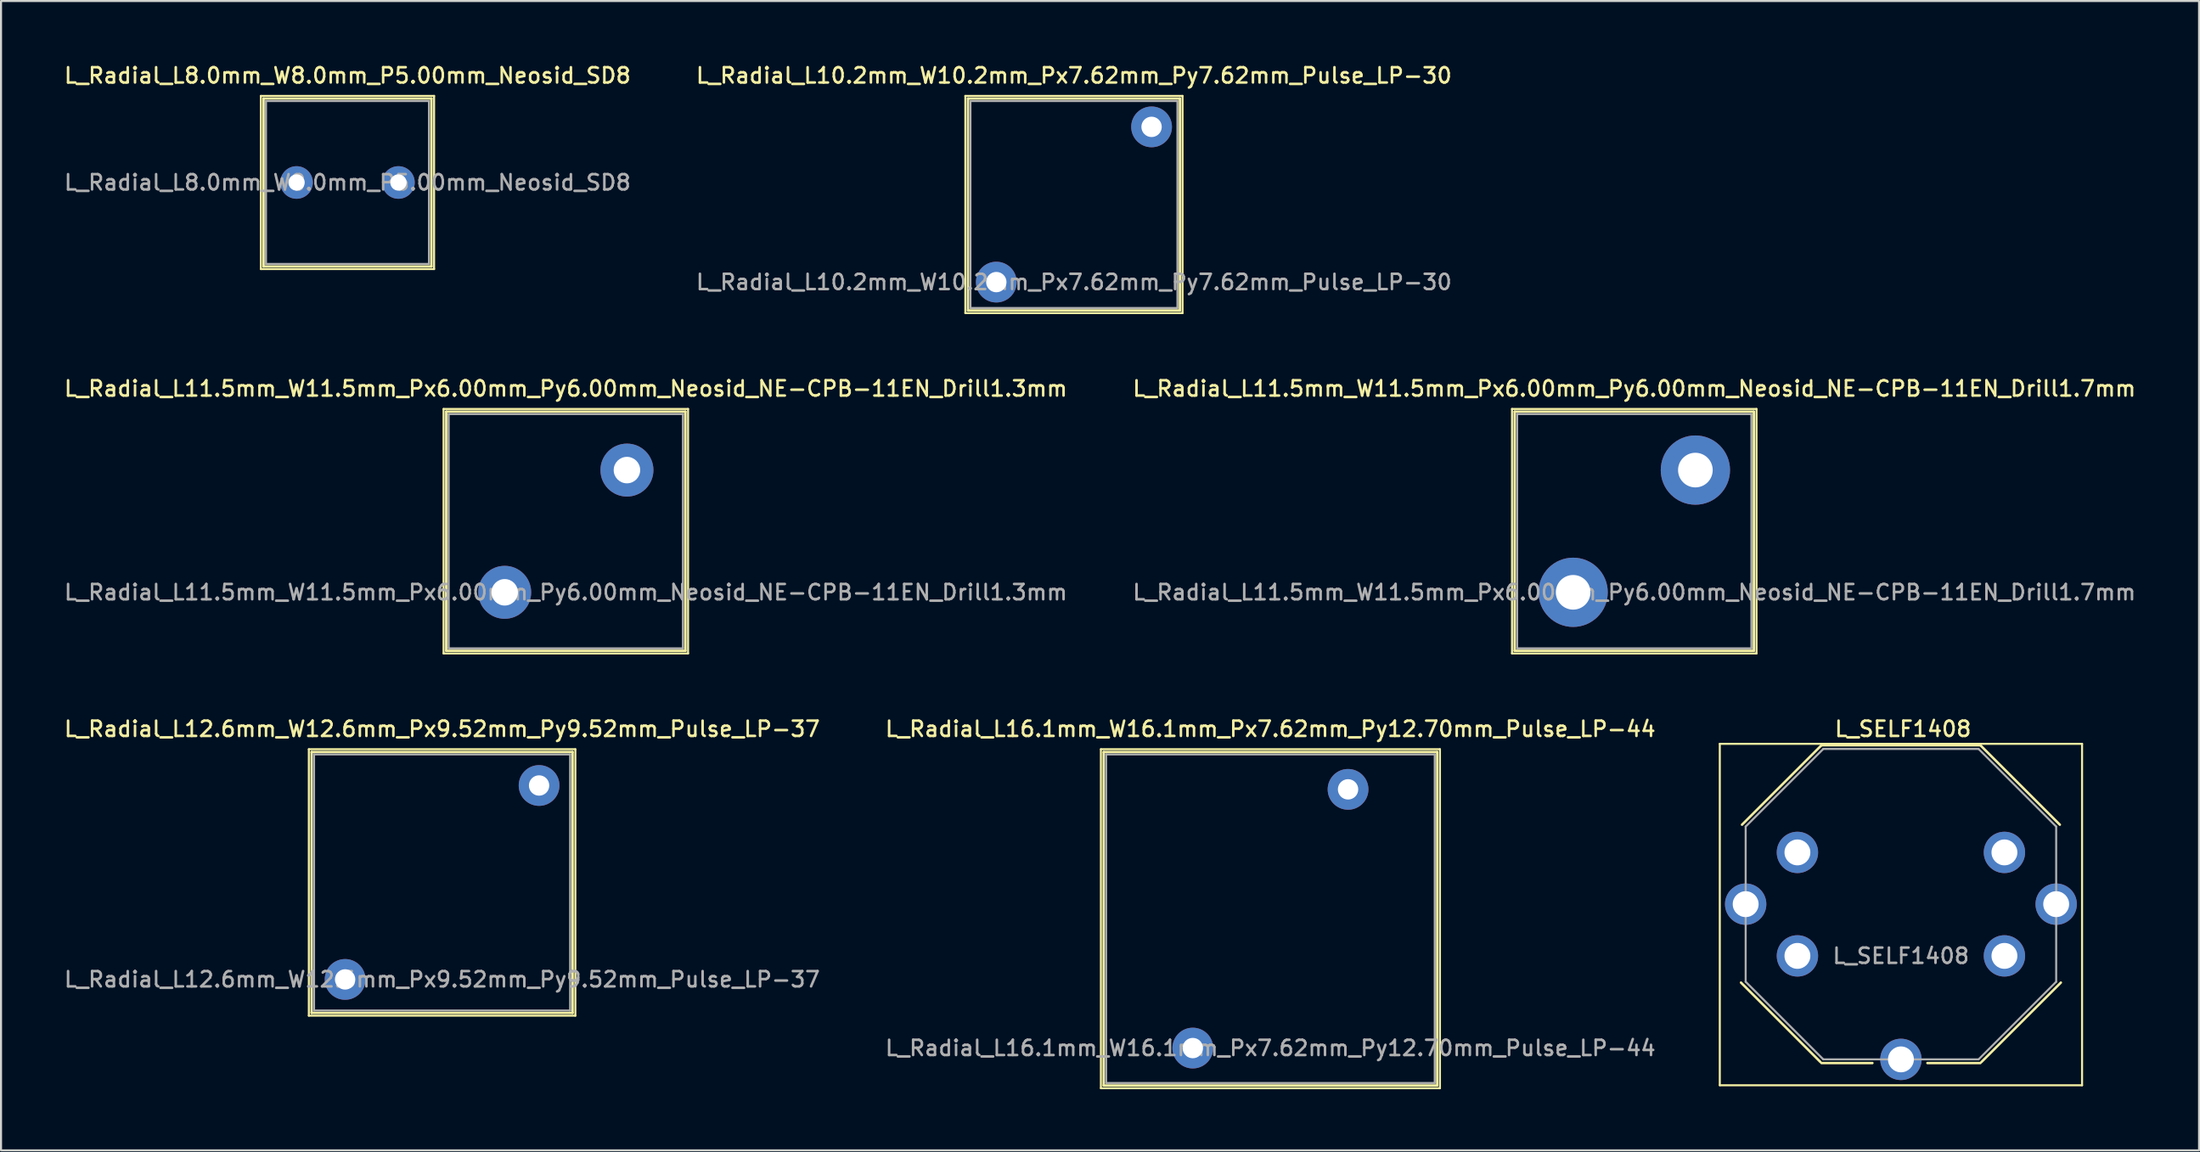
<source format=kicad_pcb>
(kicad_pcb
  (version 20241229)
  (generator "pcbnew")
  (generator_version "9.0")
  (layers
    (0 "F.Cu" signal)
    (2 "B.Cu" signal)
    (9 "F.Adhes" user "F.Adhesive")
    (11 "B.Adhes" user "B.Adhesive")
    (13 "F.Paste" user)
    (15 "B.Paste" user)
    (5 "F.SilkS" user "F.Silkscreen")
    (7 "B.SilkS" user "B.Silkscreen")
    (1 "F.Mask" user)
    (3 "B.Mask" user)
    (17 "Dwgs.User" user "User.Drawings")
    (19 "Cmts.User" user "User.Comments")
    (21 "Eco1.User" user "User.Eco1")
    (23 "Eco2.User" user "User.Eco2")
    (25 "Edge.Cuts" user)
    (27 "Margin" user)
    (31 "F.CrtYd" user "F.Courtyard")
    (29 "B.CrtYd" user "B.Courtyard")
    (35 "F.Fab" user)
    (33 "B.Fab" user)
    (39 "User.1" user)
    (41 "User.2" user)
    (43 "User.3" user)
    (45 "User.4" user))
  (footprint "L_SELF1408"
    (layer "F.Cu")
    (at 82.627 41.334)
    (property "Reference" "L_SELF1408" (at 7.72 -8.6 0) (layer "F.SilkS") (effects (font (size 0.75 0.75) (thickness 0.125))))
    (attr through_hole)
    (fp_line (start -1.27 -7.87) (end -1.27 8.89) (stroke (width 0.1) (type solid)) (layer "F.SilkS"))
    (fp_line (start -1.27 -7.87) (end 16.51 -7.87) (stroke (width 0.1) (type solid)) (layer "F.SilkS"))
    (fp_line (start -0.18 -3.9) (end 3.72 -7.8) (stroke (width 0.12) (type solid)) (layer "F.SilkS"))
    (fp_line (start 3.67 7.75) (end -0.23 3.85) (stroke (width 0.12) (type solid)) (layer "F.SilkS"))
    (fp_line (start 3.72 -7.8) (end 11.52 -7.8) (stroke (width 0.12) (type solid)) (layer "F.SilkS"))
    (fp_line (start 6.22 7.8) (end 3.72 7.8) (stroke (width 0.12) (type solid)) (layer "F.SilkS"))
    (fp_line (start 11.52 -7.8) (end 15.42 -3.9) (stroke (width 0.12) (type solid)) (layer "F.SilkS"))
    (fp_line (start 11.52 7.8) (end 8.92 7.8) (stroke (width 0.12) (type solid)) (layer "F.SilkS"))
    (fp_line (start 15.47 3.85) (end 11.57 7.75) (stroke (width 0.12) (type solid)) (layer "F.SilkS"))
    (fp_line (start 16.51 8.89) (end -1.27 8.89) (stroke (width 0.1) (type solid)) (layer "F.SilkS"))
    (fp_line (start 16.51 8.89) (end 16.51 -7.87) (stroke (width 0.1) (type solid)) (layer "F.SilkS"))
    (fp_line (start 0 -3.81) (end 0 3.81) (stroke (width 0.1) (type solid)) (layer "F.Fab"))
    (fp_line (start 0 3.81) (end 3.81 7.62) (stroke (width 0.1) (type solid)) (layer "F.Fab"))
    (fp_line (start 3.81 -7.62) (end 0 -3.81) (stroke (width 0.1) (type solid)) (layer "F.Fab"))
    (fp_line (start 3.81 7.62) (end 11.43 7.62) (stroke (width 0.1) (type solid)) (layer "F.Fab"))
    (fp_line (start 11.43 -7.62) (end 3.81 -7.62) (stroke (width 0.1) (type solid)) (layer "F.Fab"))
    (fp_line (start 11.43 7.62) (end 15.24 3.81) (stroke (width 0.1) (type solid)) (layer "F.Fab"))
    (fp_line (start 15.24 -3.81) (end 11.43 -7.62) (stroke (width 0.1) (type solid)) (layer "F.Fab"))
    (fp_line (start 15.24 3.81) (end 15.24 -3.81) (stroke (width 0.1) (type solid)) (layer "F.Fab"))
    (fp_text user "${REFERENCE}" (at 7.62 2.54 0) (layer "F.Fab") (effects (font (size 0.75 0.75) (thickness 0.125))))
    (pad "0" thru_hole circle (at 7.62 7.62) (size 2.03 2.03) (drill 1.27) (layers "*.Cu" "*.Mask"))
    (pad "1" thru_hole circle (at 0 0) (size 2.03 2.03) (drill 1.27) (layers "*.Cu" "*.Mask"))
    (pad "1" thru_hole circle (at 2.54 -2.54) (size 2.03 2.03) (drill 1.27) (layers "*.Cu" "*.Mask"))
    (pad "1" thru_hole circle (at 2.54 2.54) (size 2.03 2.03) (drill 1.27) (layers "*.Cu" "*.Mask"))
    (pad "2" thru_hole circle (at 12.7 -2.54) (size 2.03 2.03) (drill 1.27) (layers "*.Cu" "*.Mask"))
    (pad "2" thru_hole circle (at 12.7 2.54) (size 2.03 2.03) (drill 1.27) (layers "*.Cu" "*.Mask"))
    (pad "2" thru_hole circle (at 15.24 0) (size 2.03 2.03) (drill 1.27) (layers "*.Cu" "*.Mask")))
  (footprint "L_Radial_L11.5mm_W11.5mm_Px6.00mm_Py6.00mm_Neosid_NE-CPB-11EN_Drill1.7mm"
    (layer "F.Cu")
    (at 74.159 26.026)
    (property "Reference" "L_Radial_L11.5mm_W11.5mm_Px6.00mm_Py6.00mm_Neosid_NE-CPB-11EN_Drill1.7mm" (at 3 -10 0) (layer "F.SilkS") (effects (font (size 0.75 0.75) (thickness 0.125))))
    (attr through_hole)
    (fp_line (start -3 -9) (end -3 3) (stroke (width 0.1) (type solid)) (layer "F.SilkS"))
    (fp_line (start -3 3) (end 9 3) (stroke (width 0.1) (type solid)) (layer "F.SilkS"))
    (fp_line (start -2.87 -8.87) (end -2.87 2.87) (stroke (width 0.12) (type solid)) (layer "F.SilkS"))
    (fp_line (start -2.87 -8.87) (end 8.87 -8.87) (stroke (width 0.12) (type solid)) (layer "F.SilkS"))
    (fp_line (start -2.87 2.87) (end 8.87 2.87) (stroke (width 0.12) (type solid)) (layer "F.SilkS"))
    (fp_line (start 8.87 -8.87) (end 8.87 2.87) (stroke (width 0.12) (type solid)) (layer "F.SilkS"))
    (fp_line (start 9 -9) (end -3 -9) (stroke (width 0.1) (type solid)) (layer "F.SilkS"))
    (fp_line (start 9 3) (end 9 -9) (stroke (width 0.1) (type solid)) (layer "F.SilkS"))
    (fp_line (start -2.75 -8.75) (end -2.75 2.75) (stroke (width 0.1) (type solid)) (layer "F.Fab"))
    (fp_line (start -2.75 2.75) (end 8.75 2.75) (stroke (width 0.1) (type solid)) (layer "F.Fab"))
    (fp_line (start 8.75 -8.75) (end -2.75 -8.75) (stroke (width 0.1) (type solid)) (layer "F.Fab"))
    (fp_line (start 8.75 2.75) (end 8.75 -8.75) (stroke (width 0.1) (type solid)) (layer "F.Fab"))
    (fp_text user "${REFERENCE}" (at 3 0 0) (layer "F.Fab") (effects (font (size 0.75 0.75) (thickness 0.125))))
    (pad "1" thru_hole circle (at 0 0) (size 3.4 3.4) (drill 1.7) (layers "*.Cu" "*.Mask"))
    (pad "2" thru_hole circle (at 6 -6) (size 3.4 3.4) (drill 1.7) (layers "*.Cu" "*.Mask")))
  (footprint "L_Radial_L16.1mm_W16.1mm_Px7.62mm_Py12.70mm_Pulse_LP-44"
    (layer "F.Cu")
    (at 55.492 48.399)
    (property "Reference" "L_Radial_L16.1mm_W16.1mm_Px7.62mm_Py12.70mm_Pulse_LP-44" (at 3.81 -15.665 0) (layer "F.SilkS") (effects (font (size 0.75 0.75) (thickness 0.125))))
    (attr through_hole)
    (fp_line (start -4.51 -14.67) (end -4.51 1.97) (stroke (width 0.1) (type solid)) (layer "F.SilkS"))
    (fp_line (start -4.51 1.97) (end 12.13 1.97) (stroke (width 0.1) (type solid)) (layer "F.SilkS"))
    (fp_line (start -4.375 -14.535) (end -4.375 1.835) (stroke (width 0.12) (type solid)) (layer "F.SilkS"))
    (fp_line (start -4.375 -14.535) (end 11.995 -14.535) (stroke (width 0.12) (type solid)) (layer "F.SilkS"))
    (fp_line (start -4.375 1.835) (end 11.995 1.835) (stroke (width 0.12) (type solid)) (layer "F.SilkS"))
    (fp_line (start 11.995 -14.535) (end 11.995 1.835) (stroke (width 0.12) (type solid)) (layer "F.SilkS"))
    (fp_line (start 12.13 -14.67) (end -4.51 -14.67) (stroke (width 0.1) (type solid)) (layer "F.SilkS"))
    (fp_line (start 12.13 1.97) (end 12.13 -14.67) (stroke (width 0.1) (type solid)) (layer "F.SilkS"))
    (fp_line (start -4.255 -14.415) (end -4.255 1.715) (stroke (width 0.1) (type solid)) (layer "F.Fab"))
    (fp_line (start -4.255 1.715) (end 11.875 1.715) (stroke (width 0.1) (type solid)) (layer "F.Fab"))
    (fp_line (start 11.875 -14.415) (end -4.255 -14.415) (stroke (width 0.1) (type solid)) (layer "F.Fab"))
    (fp_line (start 11.875 1.715) (end 11.875 -14.415) (stroke (width 0.1) (type solid)) (layer "F.Fab"))
    (fp_text user "${REFERENCE}" (at 3.81 0 0) (layer "F.Fab") (effects (font (size 0.75 0.75) (thickness 0.125))))
    (pad "1" thru_hole circle (at 0 0) (size 2 2) (drill 1) (layers "*.Cu" "*.Mask"))
    (pad "2" thru_hole circle (at 7.62 -12.7) (size 2 2) (drill 1) (layers "*.Cu" "*.Mask")))
  (footprint "L_Radial_L11.5mm_W11.5mm_Px6.00mm_Py6.00mm_Neosid_NE-CPB-11EN_Drill1.3mm"
    (layer "F.Cu")
    (at 21.72 26.026)
    (property "Reference" "L_Radial_L11.5mm_W11.5mm_Px6.00mm_Py6.00mm_Neosid_NE-CPB-11EN_Drill1.3mm" (at 3 -10 0) (layer "F.SilkS") (effects (font (size 0.75 0.75) (thickness 0.125))))
    (attr through_hole)
    (fp_line (start -3 -9) (end -3 3) (stroke (width 0.1) (type solid)) (layer "F.SilkS"))
    (fp_line (start -3 3) (end 9 3) (stroke (width 0.1) (type solid)) (layer "F.SilkS"))
    (fp_line (start -2.87 -8.87) (end -2.87 2.87) (stroke (width 0.12) (type solid)) (layer "F.SilkS"))
    (fp_line (start -2.87 -8.87) (end 8.87 -8.87) (stroke (width 0.12) (type solid)) (layer "F.SilkS"))
    (fp_line (start -2.87 2.87) (end 8.87 2.87) (stroke (width 0.12) (type solid)) (layer "F.SilkS"))
    (fp_line (start 8.87 -8.87) (end 8.87 2.87) (stroke (width 0.12) (type solid)) (layer "F.SilkS"))
    (fp_line (start 9 -9) (end -3 -9) (stroke (width 0.1) (type solid)) (layer "F.SilkS"))
    (fp_line (start 9 3) (end 9 -9) (stroke (width 0.1) (type solid)) (layer "F.SilkS"))
    (fp_line (start -2.75 -8.75) (end -2.75 2.75) (stroke (width 0.1) (type solid)) (layer "F.Fab"))
    (fp_line (start -2.75 2.75) (end 8.75 2.75) (stroke (width 0.1) (type solid)) (layer "F.Fab"))
    (fp_line (start 8.75 -8.75) (end -2.75 -8.75) (stroke (width 0.1) (type solid)) (layer "F.Fab"))
    (fp_line (start 8.75 2.75) (end 8.75 -8.75) (stroke (width 0.1) (type solid)) (layer "F.Fab"))
    (fp_text user "${REFERENCE}" (at 3 0 0) (layer "F.Fab") (effects (font (size 0.75 0.75) (thickness 0.125))))
    (pad "1" thru_hole circle (at 0 0) (size 2.6 2.6) (drill 1.3) (layers "*.Cu" "*.Mask"))
    (pad "2" thru_hole circle (at 6 -6) (size 2.6 2.6) (drill 1.3) (layers "*.Cu" "*.Mask")))
  (footprint "L_Radial_L12.6mm_W12.6mm_Px9.52mm_Py9.52mm_Pulse_LP-37"
    (layer "F.Cu")
    (at 13.888 45.029)
    (property "Reference" "L_Radial_L12.6mm_W12.6mm_Px9.52mm_Py9.52mm_Pulse_LP-37" (at 4.76 -12.295 0) (layer "F.SilkS") (effects (font (size 0.75 0.75) (thickness 0.125))))
    (attr through_hole)
    (fp_line (start -1.78 -11.3) (end -1.78 1.78) (stroke (width 0.1) (type solid)) (layer "F.SilkS"))
    (fp_line (start -1.78 1.78) (end 11.3 1.78) (stroke (width 0.1) (type solid)) (layer "F.SilkS"))
    (fp_line (start -1.645 -11.165) (end -1.645 1.645) (stroke (width 0.12) (type solid)) (layer "F.SilkS"))
    (fp_line (start -1.645 -11.165) (end 11.165 -11.165) (stroke (width 0.12) (type solid)) (layer "F.SilkS"))
    (fp_line (start -1.645 1.645) (end 11.165 1.645) (stroke (width 0.12) (type solid)) (layer "F.SilkS"))
    (fp_line (start 11.165 -11.165) (end 11.165 1.645) (stroke (width 0.12) (type solid)) (layer "F.SilkS"))
    (fp_line (start 11.3 -11.3) (end -1.78 -11.3) (stroke (width 0.1) (type solid)) (layer "F.SilkS"))
    (fp_line (start 11.3 1.78) (end 11.3 -11.3) (stroke (width 0.1) (type solid)) (layer "F.SilkS"))
    (fp_line (start -1.525 -11.045) (end -1.525 1.525) (stroke (width 0.1) (type solid)) (layer "F.Fab"))
    (fp_line (start -1.525 1.525) (end 11.045 1.525) (stroke (width 0.1) (type solid)) (layer "F.Fab"))
    (fp_line (start 11.045 -11.045) (end -1.525 -11.045) (stroke (width 0.1) (type solid)) (layer "F.Fab"))
    (fp_line (start 11.045 1.525) (end 11.045 -11.045) (stroke (width 0.1) (type solid)) (layer "F.Fab"))
    (fp_text user "${REFERENCE}" (at 4.76 0 0) (layer "F.Fab") (effects (font (size 0.75 0.75) (thickness 0.125))))
    (pad "1" thru_hole circle (at 0 0) (size 2 2) (drill 1) (layers "*.Cu" "*.Mask"))
    (pad "2" thru_hole circle (at 9.52 -9.52) (size 2 2) (drill 1) (layers "*.Cu" "*.Mask")))
  (footprint "L_Radial_L8.0mm_W8.0mm_P5.00mm_Neosid_SD8"
    (layer "F.Cu")
    (at 11.505 5.908)
    (property "Reference" "L_Radial_L8.0mm_W8.0mm_P5.00mm_Neosid_SD8" (at 2.5 -5.25 0) (layer "F.SilkS") (effects (font (size 0.75 0.75) (thickness 0.125))))
    (attr through_hole)
    (fp_line (start -1.75 -4.25) (end -1.75 4.25) (stroke (width 0.1) (type solid)) (layer "F.SilkS"))
    (fp_line (start -1.75 4.25) (end 6.75 4.25) (stroke (width 0.1) (type solid)) (layer "F.SilkS"))
    (fp_line (start -1.62 -4.12) (end -1.62 4.12) (stroke (width 0.12) (type solid)) (layer "F.SilkS"))
    (fp_line (start -1.62 -4.12) (end 6.62 -4.12) (stroke (width 0.12) (type solid)) (layer "F.SilkS"))
    (fp_line (start -1.62 4.12) (end 6.62 4.12) (stroke (width 0.12) (type solid)) (layer "F.SilkS"))
    (fp_line (start 6.62 -4.12) (end 6.62 4.12) (stroke (width 0.12) (type solid)) (layer "F.SilkS"))
    (fp_line (start 6.75 -4.25) (end -1.75 -4.25) (stroke (width 0.1) (type solid)) (layer "F.SilkS"))
    (fp_line (start 6.75 4.25) (end 6.75 -4.25) (stroke (width 0.1) (type solid)) (layer "F.SilkS"))
    (fp_line (start -1.5 -4) (end -1.5 4) (stroke (width 0.1) (type solid)) (layer "F.Fab"))
    (fp_line (start -1.5 4) (end 6.5 4) (stroke (width 0.1) (type solid)) (layer "F.Fab"))
    (fp_line (start 6.5 -4) (end -1.5 -4) (stroke (width 0.1) (type solid)) (layer "F.Fab"))
    (fp_line (start 6.5 4) (end 6.5 -4) (stroke (width 0.1) (type solid)) (layer "F.Fab"))
    (fp_text user "${REFERENCE}" (at 2.5 0 0) (layer "F.Fab") (effects (font (size 0.75 0.75) (thickness 0.125))))
    (pad "1" thru_hole circle (at 0 0) (size 1.6 1.6) (drill 0.8) (layers "*.Cu" "*.Mask"))
    (pad "2" thru_hole circle (at 5 0) (size 1.6 1.6) (drill 0.8) (layers "*.Cu" "*.Mask")))
  (footprint "L_Radial_L10.2mm_W10.2mm_Px7.62mm_Py7.62mm_Pulse_LP-30"
    (layer "F.Cu")
    (at 45.849 10.798)
    (property "Reference" "L_Radial_L10.2mm_W10.2mm_Px7.62mm_Py7.62mm_Pulse_LP-30" (at 3.81 -10.14 0) (layer "F.SilkS") (effects (font (size 0.75 0.75) (thickness 0.125))))
    (attr through_hole)
    (fp_line (start -1.52 -9.14) (end -1.52 1.52) (stroke (width 0.1) (type solid)) (layer "F.SilkS"))
    (fp_line (start -1.52 1.52) (end 9.14 1.52) (stroke (width 0.1) (type solid)) (layer "F.SilkS"))
    (fp_line (start -1.39 -9.01) (end -1.39 1.39) (stroke (width 0.12) (type solid)) (layer "F.SilkS"))
    (fp_line (start -1.39 -9.01) (end 9.01 -9.01) (stroke (width 0.12) (type solid)) (layer "F.SilkS"))
    (fp_line (start -1.39 1.39) (end 9.01 1.39) (stroke (width 0.12) (type solid)) (layer "F.SilkS"))
    (fp_line (start 9.01 -9.01) (end 9.01 1.39) (stroke (width 0.12) (type solid)) (layer "F.SilkS"))
    (fp_line (start 9.14 -9.14) (end -1.52 -9.14) (stroke (width 0.1) (type solid)) (layer "F.SilkS"))
    (fp_line (start 9.14 1.52) (end 9.14 -9.14) (stroke (width 0.1) (type solid)) (layer "F.SilkS"))
    (fp_line (start -1.27 -8.89) (end -1.27 1.27) (stroke (width 0.1) (type solid)) (layer "F.Fab"))
    (fp_line (start -1.27 1.27) (end 8.89 1.27) (stroke (width 0.1) (type solid)) (layer "F.Fab"))
    (fp_line (start 8.89 -8.89) (end -1.27 -8.89) (stroke (width 0.1) (type solid)) (layer "F.Fab"))
    (fp_line (start 8.89 1.27) (end 8.89 -8.89) (stroke (width 0.1) (type solid)) (layer "F.Fab"))
    (fp_text user "${REFERENCE}" (at 3.81 0 0) (layer "F.Fab") (effects (font (size 0.75 0.75) (thickness 0.125))))
    (pad "1" thru_hole circle (at 0 0) (size 2 2) (drill 1) (layers "*.Cu" "*.Mask"))
    (pad "2" thru_hole circle (at 7.62 -7.62) (size 2 2) (drill 1) (layers "*.Cu" "*.Mask")))
  (gr_rect
    (start -3 -3)
    (end 104.879 53.419)
    (stroke (width 0.1) (type default))
    (fill no)
    (layer "Edge.Cuts")))
</source>
